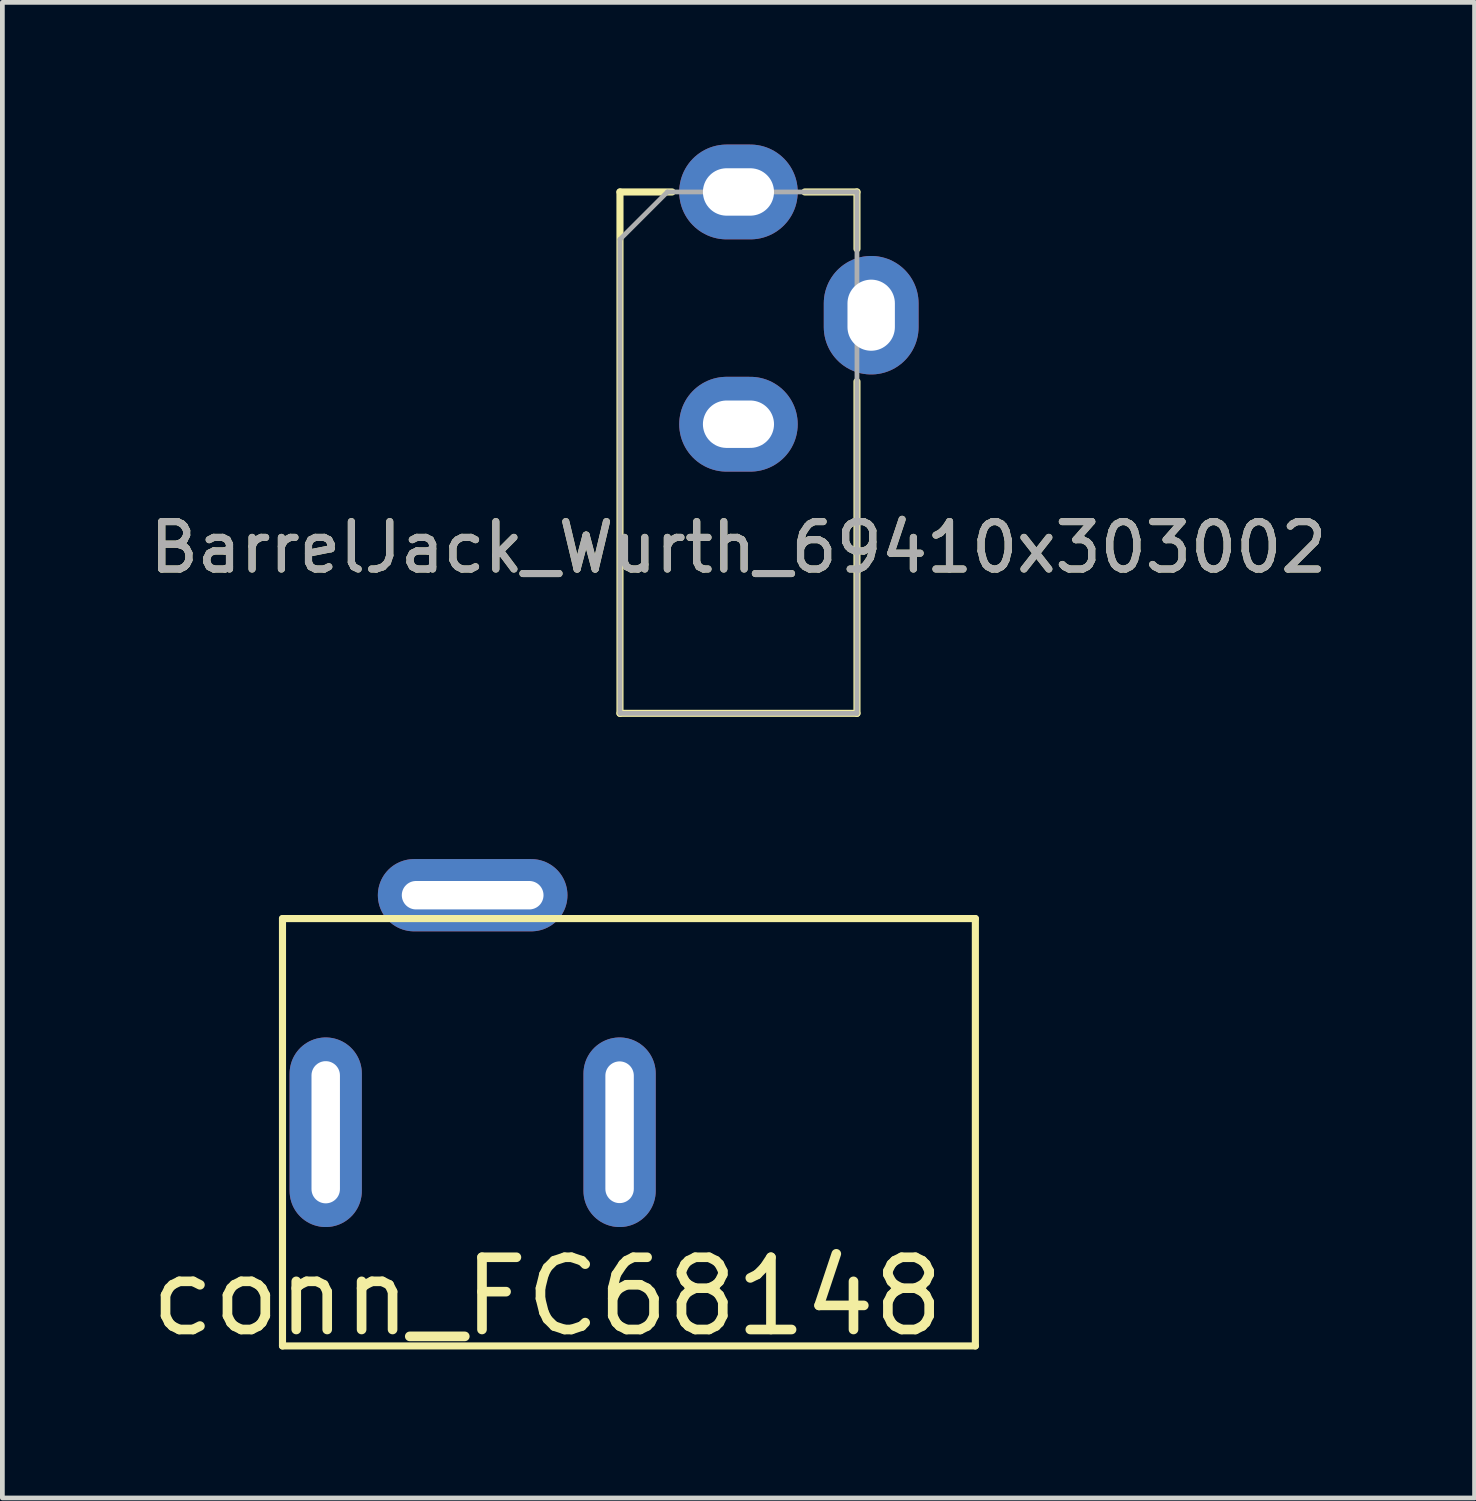
<source format=kicad_pcb>
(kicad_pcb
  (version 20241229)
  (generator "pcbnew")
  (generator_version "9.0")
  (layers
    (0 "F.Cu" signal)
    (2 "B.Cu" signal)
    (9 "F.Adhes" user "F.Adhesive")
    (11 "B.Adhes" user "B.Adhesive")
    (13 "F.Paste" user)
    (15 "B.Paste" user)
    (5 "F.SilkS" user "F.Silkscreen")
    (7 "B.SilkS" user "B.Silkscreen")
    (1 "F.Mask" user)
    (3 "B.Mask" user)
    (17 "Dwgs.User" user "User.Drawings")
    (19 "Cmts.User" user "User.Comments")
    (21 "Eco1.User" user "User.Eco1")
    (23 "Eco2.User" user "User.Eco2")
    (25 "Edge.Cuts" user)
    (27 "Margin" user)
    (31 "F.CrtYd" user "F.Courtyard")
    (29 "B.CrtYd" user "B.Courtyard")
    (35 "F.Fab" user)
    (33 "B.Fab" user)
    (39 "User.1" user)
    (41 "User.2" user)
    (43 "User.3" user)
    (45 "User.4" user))
  (footprint "BarrelJack_Wurth_69410x303002"
    (layer "F.Cu")
    (at 12.53 1)
    (property "Reference" "BarrelJack_Wurth_69410x303002" (at 0 7.5 0) (layer "F.SilkS") (effects (font (size 1 1) (thickness 0.15))))
    (attr through_hole)
    (fp_line (start -2.5 0) (end -1.4 0) (stroke (width 0.15) (type solid)) (layer "F.SilkS"))
    (fp_line (start -2.5 11) (end -2.5 0) (stroke (width 0.15) (type solid)) (layer "F.SilkS"))
    (fp_line (start 1.4 0) (end 2.5 0) (stroke (width 0.15) (type solid)) (layer "F.SilkS"))
    (fp_line (start 2.5 0) (end 2.5 1.2) (stroke (width 0.15) (type solid)) (layer "F.SilkS"))
    (fp_line (start 2.5 4) (end 2.5 11) (stroke (width 0.15) (type solid)) (layer "F.SilkS"))
    (fp_line (start 2.5 11) (end -2.5 11) (stroke (width 0.15) (type solid)) (layer "F.SilkS"))
    (fp_line (start -2.5 1) (end -2.5 11) (stroke (width 0.1) (type solid)) (layer "F.Fab"))
    (fp_line (start -2.5 1) (end -1.5 0) (stroke (width 0.1) (type solid)) (layer "F.Fab"))
    (fp_line (start -2.5 11) (end 2.5 11) (stroke (width 0.1) (type solid)) (layer "F.Fab"))
    (fp_line (start 2.5 0) (end -1.5 0) (stroke (width 0.1) (type solid)) (layer "F.Fab"))
    (fp_line (start 2.5 11) (end 2.5 0) (stroke (width 0.1) (type solid)) (layer "F.Fab"))
    (fp_text user "${REFERENCE}" (at 0 7.5 0) (layer "F.Fab") (effects (font (size 1 1) (thickness 0.15))))
    (pad "1" thru_hole oval (at 0 0) (size 2.5 2) (drill oval 1.5 1) (layers "*.Cu" "*.Mask"))
    (pad "2" thru_hole oval (at 0 4.9) (size 2.5 2) (drill oval 1.5 1) (layers "*.Cu" "*.Mask"))
    (pad "3" thru_hole oval (at 2.8 2.6) (size 2 2.5) (drill oval 1 1.5) (layers "*.Cu" "*.Mask")))
  (footprint "conn_FC68148"
    (layer "F.Cu")
    (at 10.022 20.838)
    (property "Reference" "conn_FC68148" (at -1.524 3.467 0) (layer "F.SilkS") (effects (font (size 1.524 1.524) (thickness 0.203))))
    (attr through_hole)
    (fp_line (start -7.112 -4.508) (end -7.112 4.508) (stroke (width 0.15) (type solid)) (layer "F.SilkS"))
    (fp_line (start 7.506 -4.508) (end -7.112 -4.508) (stroke (width 0.15) (type solid)) (layer "F.SilkS"))
    (fp_line (start 7.506 4.508) (end -7.112 4.508) (stroke (width 0.15) (type solid)) (layer "F.SilkS"))
    (fp_line (start 7.506 4.508) (end 7.506 -4.508) (stroke (width 0.15) (type solid)) (layer "F.SilkS"))
    (pad "1" thru_hole oval (at 0 0 90) (size 4 1.524) (drill oval 2.99 0.6) (layers "*.Cu" "F.Mask" "F.Paste"))
    (pad "2" thru_hole oval (at -6.2 0 90) (size 4 1.524) (drill oval 3 0.6) (layers "*.Cu" "F.Mask" "F.Paste"))
    (pad "3" thru_hole oval (at -3.1 -5.001) (size 4 1.524) (drill oval 2.99 0.6) (layers "*.Cu" "F.Mask" "F.Paste")))
  (gr_rect
    (start -3 -3)
    (end 28.06 28.554)
    (stroke (width 0.1) (type default))
    (fill no)
    (layer "Edge.Cuts")))
</source>
